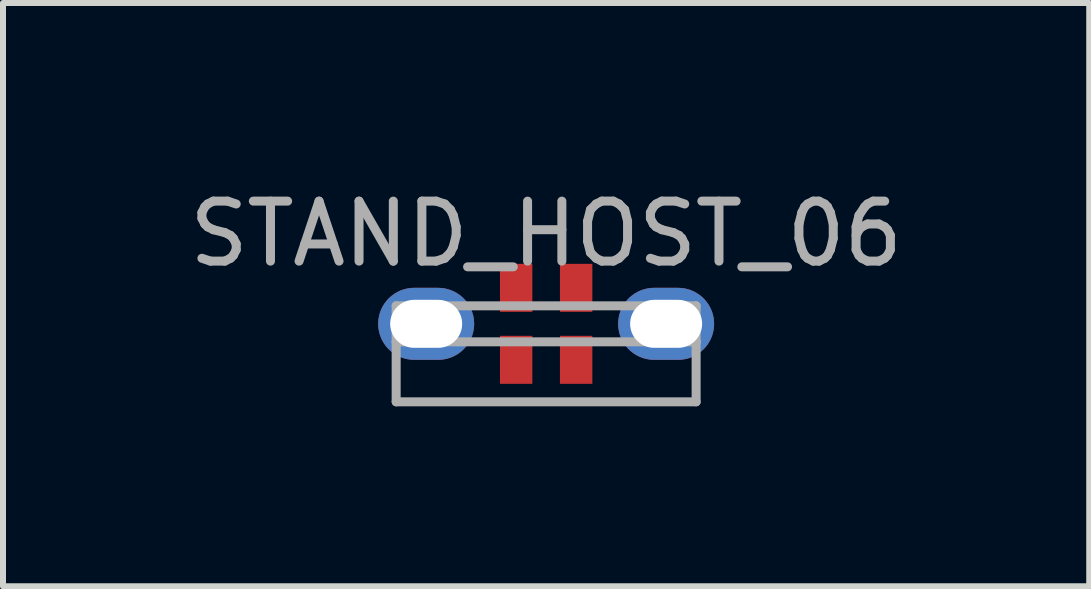
<source format=kicad_pcb>
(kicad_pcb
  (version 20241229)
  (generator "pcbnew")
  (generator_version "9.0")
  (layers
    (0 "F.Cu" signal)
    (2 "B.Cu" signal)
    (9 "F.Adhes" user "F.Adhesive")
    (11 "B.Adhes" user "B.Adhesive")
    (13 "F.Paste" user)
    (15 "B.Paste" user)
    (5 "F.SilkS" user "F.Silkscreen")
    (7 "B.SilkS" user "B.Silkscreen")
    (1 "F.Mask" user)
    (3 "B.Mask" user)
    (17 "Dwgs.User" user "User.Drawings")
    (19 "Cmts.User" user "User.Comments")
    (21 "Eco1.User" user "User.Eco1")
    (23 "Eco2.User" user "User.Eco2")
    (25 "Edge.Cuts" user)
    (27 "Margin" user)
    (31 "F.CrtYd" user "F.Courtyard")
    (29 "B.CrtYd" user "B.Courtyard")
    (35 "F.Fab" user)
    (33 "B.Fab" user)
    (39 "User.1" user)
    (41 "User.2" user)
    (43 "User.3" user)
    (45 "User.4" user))
  (footprint "STAND_HOST_06"
    (layer "F.Cu")
    (at 6.054 2.348)
    (property "Reference" "STAND_HOST_06" (at 0 -1.5 180) (layer "F.Fab") (effects (font (size 1 1) (thickness 0.15))))
    (attr through_hole)
    (fp_line (start -2.5 -0.3) (end -2.5 0.3) (stroke (width 0.15) (type solid)) (layer "F.Fab"))
    (fp_line (start -2.5 0.3) (end -2.5 1.3) (stroke (width 0.15) (type solid)) (layer "F.Fab"))
    (fp_line (start -2.5 0.3) (end 2.5 0.3) (stroke (width 0.15) (type solid)) (layer "F.Fab"))
    (fp_line (start -2.5 1.3) (end 2.5 1.3) (stroke (width 0.15) (type solid)) (layer "F.Fab"))
    (fp_line (start 2.5 -0.3) (end -2.5 -0.3) (stroke (width 0.15) (type solid)) (layer "F.Fab"))
    (fp_line (start 2.5 0.3) (end 2.5 -0.3) (stroke (width 0.15) (type solid)) (layer "F.Fab"))
    (fp_line (start 2.5 1.3) (end 2.5 0.3) (stroke (width 0.15) (type solid)) (layer "F.Fab"))
    (pad "1" thru_hole oval (at -2 0) (size 1.6 1.2) (drill oval 1.2 0.8) (layers "*.Cu" "*.Mask"))
    (pad "2" smd rect (at -0.5 0.6) (size 0.54 0.8) (layers "F.Cu" "F.Mask" "F.Paste"))
    (pad "3" smd rect (at -0.5 -0.6) (size 0.54 0.8) (layers "F.Cu" "F.Mask" "F.Paste"))
    (pad "4" smd rect (at 0.5 0.6) (size 0.54 0.8) (layers "F.Cu" "F.Mask" "F.Paste"))
    (pad "5" smd rect (at 0.5 -0.6) (size 0.54 0.8) (layers "F.Cu" "F.Mask" "F.Paste"))
    (pad "6" thru_hole oval (at 2 0) (size 1.6 1.2) (drill oval 1.2 0.8) (layers "*.Cu" "*.Mask")))
  (gr_rect
    (start -3 -3)
    (end 15.107 6.723)
    (stroke (width 0.1) (type default))
    (fill no)
    (layer "Edge.Cuts")))
</source>
